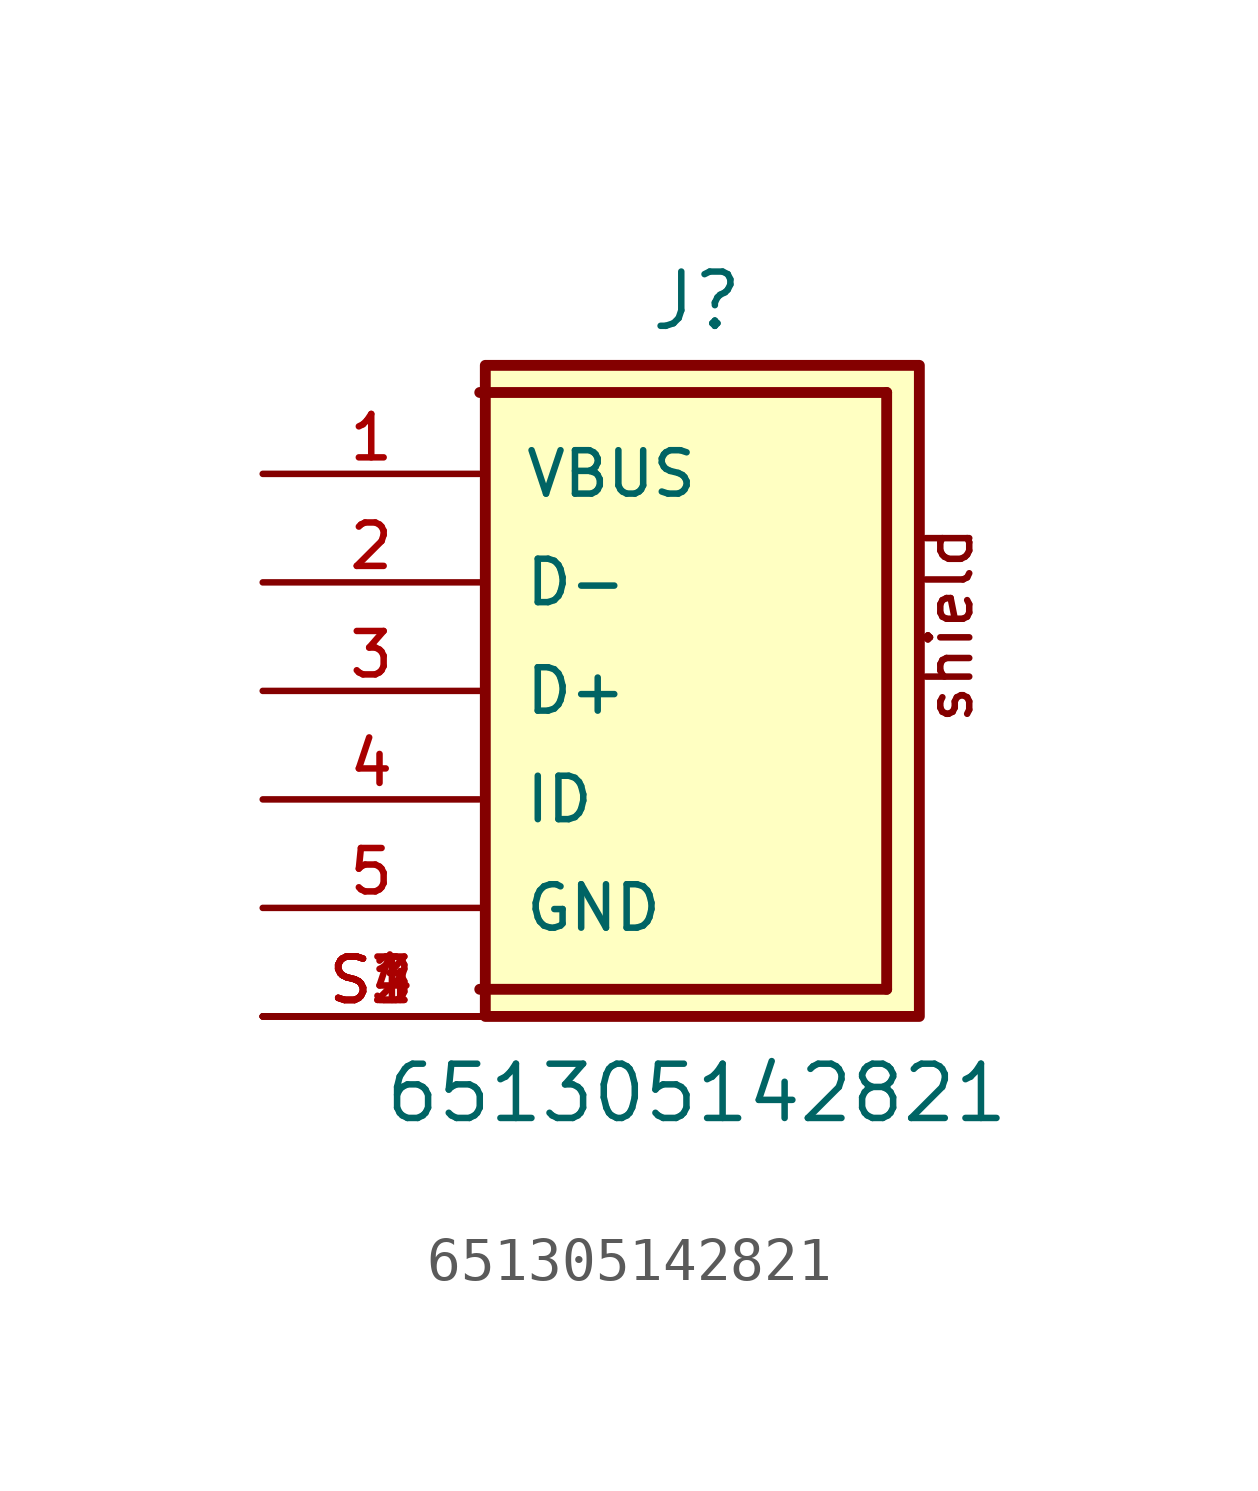
<source format=kicad_sym>
(kicad_symbol_lib
  (version 20211014)
  (generator kicad_symbol_editor)
  (symbol "651305142821"
    (pin_names
      (offset 1.016))
    (property "Reference" "J"
      (at 0.0 8.382 0)
      (effects (font (size 1.27 1.27)) (justify bottom)))
    (property "Value" "651305142821"
      (at 0.0 -10.16 0)
      (effects (font (size 1.27 1.27)) (justify bottom)))
    (symbol "651305142821_0_0"
      (polyline (pts (xy -5.08 6.985) (xy 4.445 6.985)) (stroke (width 0.254)))
      (polyline (pts (xy 4.445 -6.985) (xy -5.08 -6.985)) (stroke (width 0.254)))
      (polyline (pts (xy 4.445 6.985) (xy 4.445 -6.985)) (stroke (width 0.254)))
      (text "shield" (at 6.51 -0.83 900) (effects (font (size 1.016 1.016)) (justify bottom left)))
      (rectangle (start -4.95 -7.62) (end 5.21 7.62) (stroke (width 0.254)) (fill (type background)))
      (pin passive line (at -10.16 -5.08 0) (length 5.08) (name "GND" (effects (font (size 1.016 1.016)))) (number "5" (effects (font (size 1.016 1.016)))))
      (pin passive line (at -10.16 -2.54 0) (length 5.08) (name "ID" (effects (font (size 1.016 1.016)))) (number "4" (effects (font (size 1.016 1.016)))))
      (pin passive line (at -10.16 0.0 0) (length 5.08) (name "D+" (effects (font (size 1.016 1.016)))) (number "3" (effects (font (size 1.016 1.016)))))
      (pin passive line (at -10.16 2.54 0) (length 5.08) (name "D-" (effects (font (size 1.016 1.016)))) (number "2" (effects (font (size 1.016 1.016)))))
      (pin passive line (at -10.16 5.08 0) (length 5.08) (name "VBUS" (effects (font (size 1.016 1.016)))) (number "1" (effects (font (size 1.016 1.016)))))
      (pin passive line (at -10.16 -7.62 0) (length 5.08) (name "~" (effects (font (size 1.016 1.016)))) (number "S1" (effects (font (size 1.016 1.016)))))
      (pin passive line (at -10.16 -7.62 0) (length 5.08) (name "~" (effects (font (size 1.016 1.016)))) (number "S2" (effects (font (size 1.016 1.016)))))
      (pin passive line (at -10.16 -7.62 0) (length 5.08) (name "~" (effects (font (size 1.016 1.016)))) (number "S3" (effects (font (size 1.016 1.016)))))
      (pin passive line (at -10.16 -7.62 0) (length 5.08) (name "~" (effects (font (size 1.016 1.016)))) (number "S4" (effects (font (size 1.016 1.016))))))))
</source>
